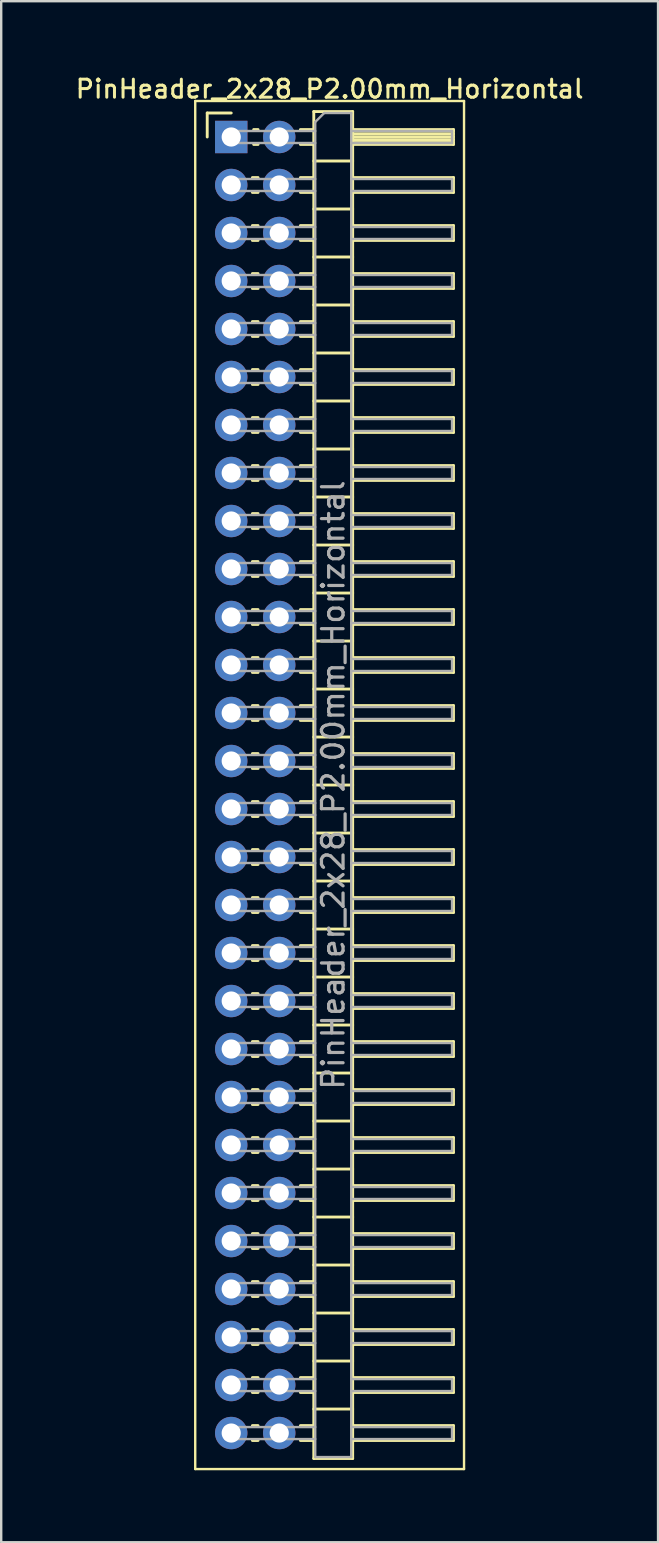
<source format=kicad_pcb>
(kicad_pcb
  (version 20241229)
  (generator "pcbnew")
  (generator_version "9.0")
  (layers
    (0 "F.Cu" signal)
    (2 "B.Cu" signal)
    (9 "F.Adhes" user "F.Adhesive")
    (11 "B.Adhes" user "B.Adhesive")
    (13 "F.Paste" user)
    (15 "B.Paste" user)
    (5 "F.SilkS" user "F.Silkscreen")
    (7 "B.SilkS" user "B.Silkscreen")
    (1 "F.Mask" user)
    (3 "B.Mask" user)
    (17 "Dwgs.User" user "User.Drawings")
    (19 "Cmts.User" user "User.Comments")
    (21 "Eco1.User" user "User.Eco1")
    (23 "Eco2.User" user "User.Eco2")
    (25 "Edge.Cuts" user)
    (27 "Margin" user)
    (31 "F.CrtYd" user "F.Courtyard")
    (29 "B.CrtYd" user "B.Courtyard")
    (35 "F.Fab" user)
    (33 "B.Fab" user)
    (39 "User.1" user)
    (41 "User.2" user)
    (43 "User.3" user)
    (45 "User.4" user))
  (footprint "PinHeader_2x28_P2.00mm_Horizontal"
    (layer "F.Cu")
    (at 6.584 2.658)
    (property "Reference" "PinHeader_2x28_P2.00mm_Horizontal" (at 4.1 -2 0) (layer "F.SilkS") (effects (font (size 0.75 0.75) (thickness 0.125))))
    (attr through_hole)
    (fp_line (start -1.5 -1.5) (end -1.5 55.5) (stroke (width 0.1) (type solid)) (layer "F.SilkS"))
    (fp_line (start -1.5 55.5) (end 9.7 55.5) (stroke (width 0.1) (type solid)) (layer "F.SilkS"))
    (fp_line (start -1 -1) (end 0 -1) (stroke (width 0.12) (type solid)) (layer "F.SilkS"))
    (fp_line (start -1 0) (end -1 -1) (stroke (width 0.12) (type solid)) (layer "F.SilkS"))
    (fp_line (start 0.882 1.69) (end 1.118 1.69) (stroke (width 0.12) (type solid)) (layer "F.SilkS"))
    (fp_line (start 0.882 2.31) (end 1.118 2.31) (stroke (width 0.12) (type solid)) (layer "F.SilkS"))
    (fp_line (start 0.882 3.69) (end 1.118 3.69) (stroke (width 0.12) (type solid)) (layer "F.SilkS"))
    (fp_line (start 0.882 4.31) (end 1.118 4.31) (stroke (width 0.12) (type solid)) (layer "F.SilkS"))
    (fp_line (start 0.882 5.69) (end 1.118 5.69) (stroke (width 0.12) (type solid)) (layer "F.SilkS"))
    (fp_line (start 0.882 6.31) (end 1.118 6.31) (stroke (width 0.12) (type solid)) (layer "F.SilkS"))
    (fp_line (start 0.882 7.69) (end 1.118 7.69) (stroke (width 0.12) (type solid)) (layer "F.SilkS"))
    (fp_line (start 0.882 8.31) (end 1.118 8.31) (stroke (width 0.12) (type solid)) (layer "F.SilkS"))
    (fp_line (start 0.882 9.69) (end 1.118 9.69) (stroke (width 0.12) (type solid)) (layer "F.SilkS"))
    (fp_line (start 0.882 10.31) (end 1.118 10.31) (stroke (width 0.12) (type solid)) (layer "F.SilkS"))
    (fp_line (start 0.882 11.69) (end 1.118 11.69) (stroke (width 0.12) (type solid)) (layer "F.SilkS"))
    (fp_line (start 0.882 12.31) (end 1.118 12.31) (stroke (width 0.12) (type solid)) (layer "F.SilkS"))
    (fp_line (start 0.882 13.69) (end 1.118 13.69) (stroke (width 0.12) (type solid)) (layer "F.SilkS"))
    (fp_line (start 0.882 14.31) (end 1.118 14.31) (stroke (width 0.12) (type solid)) (layer "F.SilkS"))
    (fp_line (start 0.882 15.69) (end 1.118 15.69) (stroke (width 0.12) (type solid)) (layer "F.SilkS"))
    (fp_line (start 0.882 16.31) (end 1.118 16.31) (stroke (width 0.12) (type solid)) (layer "F.SilkS"))
    (fp_line (start 0.882 17.69) (end 1.118 17.69) (stroke (width 0.12) (type solid)) (layer "F.SilkS"))
    (fp_line (start 0.882 18.31) (end 1.118 18.31) (stroke (width 0.12) (type solid)) (layer "F.SilkS"))
    (fp_line (start 0.882 19.69) (end 1.118 19.69) (stroke (width 0.12) (type solid)) (layer "F.SilkS"))
    (fp_line (start 0.882 20.31) (end 1.118 20.31) (stroke (width 0.12) (type solid)) (layer "F.SilkS"))
    (fp_line (start 0.882 21.69) (end 1.118 21.69) (stroke (width 0.12) (type solid)) (layer "F.SilkS"))
    (fp_line (start 0.882 22.31) (end 1.118 22.31) (stroke (width 0.12) (type solid)) (layer "F.SilkS"))
    (fp_line (start 0.882 23.69) (end 1.118 23.69) (stroke (width 0.12) (type solid)) (layer "F.SilkS"))
    (fp_line (start 0.882 24.31) (end 1.118 24.31) (stroke (width 0.12) (type solid)) (layer "F.SilkS"))
    (fp_line (start 0.882 25.69) (end 1.118 25.69) (stroke (width 0.12) (type solid)) (layer "F.SilkS"))
    (fp_line (start 0.882 26.31) (end 1.118 26.31) (stroke (width 0.12) (type solid)) (layer "F.SilkS"))
    (fp_line (start 0.882 27.69) (end 1.118 27.69) (stroke (width 0.12) (type solid)) (layer "F.SilkS"))
    (fp_line (start 0.882 28.31) (end 1.118 28.31) (stroke (width 0.12) (type solid)) (layer "F.SilkS"))
    (fp_line (start 0.882 29.69) (end 1.118 29.69) (stroke (width 0.12) (type solid)) (layer "F.SilkS"))
    (fp_line (start 0.882 30.31) (end 1.118 30.31) (stroke (width 0.12) (type solid)) (layer "F.SilkS"))
    (fp_line (start 0.882 31.69) (end 1.118 31.69) (stroke (width 0.12) (type solid)) (layer "F.SilkS"))
    (fp_line (start 0.882 32.31) (end 1.118 32.31) (stroke (width 0.12) (type solid)) (layer "F.SilkS"))
    (fp_line (start 0.882 33.69) (end 1.118 33.69) (stroke (width 0.12) (type solid)) (layer "F.SilkS"))
    (fp_line (start 0.882 34.31) (end 1.118 34.31) (stroke (width 0.12) (type solid)) (layer "F.SilkS"))
    (fp_line (start 0.882 35.69) (end 1.118 35.69) (stroke (width 0.12) (type solid)) (layer "F.SilkS"))
    (fp_line (start 0.882 36.31) (end 1.118 36.31) (stroke (width 0.12) (type solid)) (layer "F.SilkS"))
    (fp_line (start 0.882 37.69) (end 1.118 37.69) (stroke (width 0.12) (type solid)) (layer "F.SilkS"))
    (fp_line (start 0.882 38.31) (end 1.118 38.31) (stroke (width 0.12) (type solid)) (layer "F.SilkS"))
    (fp_line (start 0.882 39.69) (end 1.118 39.69) (stroke (width 0.12) (type solid)) (layer "F.SilkS"))
    (fp_line (start 0.882 40.31) (end 1.118 40.31) (stroke (width 0.12) (type solid)) (layer "F.SilkS"))
    (fp_line (start 0.882 41.69) (end 1.118 41.69) (stroke (width 0.12) (type solid)) (layer "F.SilkS"))
    (fp_line (start 0.882 42.31) (end 1.118 42.31) (stroke (width 0.12) (type solid)) (layer "F.SilkS"))
    (fp_line (start 0.882 43.69) (end 1.118 43.69) (stroke (width 0.12) (type solid)) (layer "F.SilkS"))
    (fp_line (start 0.882 44.31) (end 1.118 44.31) (stroke (width 0.12) (type solid)) (layer "F.SilkS"))
    (fp_line (start 0.882 45.69) (end 1.118 45.69) (stroke (width 0.12) (type solid)) (layer "F.SilkS"))
    (fp_line (start 0.882 46.31) (end 1.118 46.31) (stroke (width 0.12) (type solid)) (layer "F.SilkS"))
    (fp_line (start 0.882 47.69) (end 1.118 47.69) (stroke (width 0.12) (type solid)) (layer "F.SilkS"))
    (fp_line (start 0.882 48.31) (end 1.118 48.31) (stroke (width 0.12) (type solid)) (layer "F.SilkS"))
    (fp_line (start 0.882 49.69) (end 1.118 49.69) (stroke (width 0.12) (type solid)) (layer "F.SilkS"))
    (fp_line (start 0.882 50.31) (end 1.118 50.31) (stroke (width 0.12) (type solid)) (layer "F.SilkS"))
    (fp_line (start 0.882 51.69) (end 1.118 51.69) (stroke (width 0.12) (type solid)) (layer "F.SilkS"))
    (fp_line (start 0.882 52.31) (end 1.118 52.31) (stroke (width 0.12) (type solid)) (layer "F.SilkS"))
    (fp_line (start 0.882 53.69) (end 1.118 53.69) (stroke (width 0.12) (type solid)) (layer "F.SilkS"))
    (fp_line (start 0.882 54.31) (end 1.118 54.31) (stroke (width 0.12) (type solid)) (layer "F.SilkS"))
    (fp_line (start 0.935 -0.31) (end 1.118 -0.31) (stroke (width 0.12) (type solid)) (layer "F.SilkS"))
    (fp_line (start 0.935 0.31) (end 1.118 0.31) (stroke (width 0.12) (type solid)) (layer "F.SilkS"))
    (fp_line (start 2.882 -0.31) (end 3.44 -0.31) (stroke (width 0.12) (type solid)) (layer "F.SilkS"))
    (fp_line (start 2.882 0.31) (end 3.44 0.31) (stroke (width 0.12) (type solid)) (layer "F.SilkS"))
    (fp_line (start 2.882 1.69) (end 3.44 1.69) (stroke (width 0.12) (type solid)) (layer "F.SilkS"))
    (fp_line (start 2.882 2.31) (end 3.44 2.31) (stroke (width 0.12) (type solid)) (layer "F.SilkS"))
    (fp_line (start 2.882 3.69) (end 3.44 3.69) (stroke (width 0.12) (type solid)) (layer "F.SilkS"))
    (fp_line (start 2.882 4.31) (end 3.44 4.31) (stroke (width 0.12) (type solid)) (layer "F.SilkS"))
    (fp_line (start 2.882 5.69) (end 3.44 5.69) (stroke (width 0.12) (type solid)) (layer "F.SilkS"))
    (fp_line (start 2.882 6.31) (end 3.44 6.31) (stroke (width 0.12) (type solid)) (layer "F.SilkS"))
    (fp_line (start 2.882 7.69) (end 3.44 7.69) (stroke (width 0.12) (type solid)) (layer "F.SilkS"))
    (fp_line (start 2.882 8.31) (end 3.44 8.31) (stroke (width 0.12) (type solid)) (layer "F.SilkS"))
    (fp_line (start 2.882 9.69) (end 3.44 9.69) (stroke (width 0.12) (type solid)) (layer "F.SilkS"))
    (fp_line (start 2.882 10.31) (end 3.44 10.31) (stroke (width 0.12) (type solid)) (layer "F.SilkS"))
    (fp_line (start 2.882 11.69) (end 3.44 11.69) (stroke (width 0.12) (type solid)) (layer "F.SilkS"))
    (fp_line (start 2.882 12.31) (end 3.44 12.31) (stroke (width 0.12) (type solid)) (layer "F.SilkS"))
    (fp_line (start 2.882 13.69) (end 3.44 13.69) (stroke (width 0.12) (type solid)) (layer "F.SilkS"))
    (fp_line (start 2.882 14.31) (end 3.44 14.31) (stroke (width 0.12) (type solid)) (layer "F.SilkS"))
    (fp_line (start 2.882 15.69) (end 3.44 15.69) (stroke (width 0.12) (type solid)) (layer "F.SilkS"))
    (fp_line (start 2.882 16.31) (end 3.44 16.31) (stroke (width 0.12) (type solid)) (layer "F.SilkS"))
    (fp_line (start 2.882 17.69) (end 3.44 17.69) (stroke (width 0.12) (type solid)) (layer "F.SilkS"))
    (fp_line (start 2.882 18.31) (end 3.44 18.31) (stroke (width 0.12) (type solid)) (layer "F.SilkS"))
    (fp_line (start 2.882 19.69) (end 3.44 19.69) (stroke (width 0.12) (type solid)) (layer "F.SilkS"))
    (fp_line (start 2.882 20.31) (end 3.44 20.31) (stroke (width 0.12) (type solid)) (layer "F.SilkS"))
    (fp_line (start 2.882 21.69) (end 3.44 21.69) (stroke (width 0.12) (type solid)) (layer "F.SilkS"))
    (fp_line (start 2.882 22.31) (end 3.44 22.31) (stroke (width 0.12) (type solid)) (layer "F.SilkS"))
    (fp_line (start 2.882 23.69) (end 3.44 23.69) (stroke (width 0.12) (type solid)) (layer "F.SilkS"))
    (fp_line (start 2.882 24.31) (end 3.44 24.31) (stroke (width 0.12) (type solid)) (layer "F.SilkS"))
    (fp_line (start 2.882 25.69) (end 3.44 25.69) (stroke (width 0.12) (type solid)) (layer "F.SilkS"))
    (fp_line (start 2.882 26.31) (end 3.44 26.31) (stroke (width 0.12) (type solid)) (layer "F.SilkS"))
    (fp_line (start 2.882 27.69) (end 3.44 27.69) (stroke (width 0.12) (type solid)) (layer "F.SilkS"))
    (fp_line (start 2.882 28.31) (end 3.44 28.31) (stroke (width 0.12) (type solid)) (layer "F.SilkS"))
    (fp_line (start 2.882 29.69) (end 3.44 29.69) (stroke (width 0.12) (type solid)) (layer "F.SilkS"))
    (fp_line (start 2.882 30.31) (end 3.44 30.31) (stroke (width 0.12) (type solid)) (layer "F.SilkS"))
    (fp_line (start 2.882 31.69) (end 3.44 31.69) (stroke (width 0.12) (type solid)) (layer "F.SilkS"))
    (fp_line (start 2.882 32.31) (end 3.44 32.31) (stroke (width 0.12) (type solid)) (layer "F.SilkS"))
    (fp_line (start 2.882 33.69) (end 3.44 33.69) (stroke (width 0.12) (type solid)) (layer "F.SilkS"))
    (fp_line (start 2.882 34.31) (end 3.44 34.31) (stroke (width 0.12) (type solid)) (layer "F.SilkS"))
    (fp_line (start 2.882 35.69) (end 3.44 35.69) (stroke (width 0.12) (type solid)) (layer "F.SilkS"))
    (fp_line (start 2.882 36.31) (end 3.44 36.31) (stroke (width 0.12) (type solid)) (layer "F.SilkS"))
    (fp_line (start 2.882 37.69) (end 3.44 37.69) (stroke (width 0.12) (type solid)) (layer "F.SilkS"))
    (fp_line (start 2.882 38.31) (end 3.44 38.31) (stroke (width 0.12) (type solid)) (layer "F.SilkS"))
    (fp_line (start 2.882 39.69) (end 3.44 39.69) (stroke (width 0.12) (type solid)) (layer "F.SilkS"))
    (fp_line (start 2.882 40.31) (end 3.44 40.31) (stroke (width 0.12) (type solid)) (layer "F.SilkS"))
    (fp_line (start 2.882 41.69) (end 3.44 41.69) (stroke (width 0.12) (type solid)) (layer "F.SilkS"))
    (fp_line (start 2.882 42.31) (end 3.44 42.31) (stroke (width 0.12) (type solid)) (layer "F.SilkS"))
    (fp_line (start 2.882 43.69) (end 3.44 43.69) (stroke (width 0.12) (type solid)) (layer "F.SilkS"))
    (fp_line (start 2.882 44.31) (end 3.44 44.31) (stroke (width 0.12) (type solid)) (layer "F.SilkS"))
    (fp_line (start 2.882 45.69) (end 3.44 45.69) (stroke (width 0.12) (type solid)) (layer "F.SilkS"))
    (fp_line (start 2.882 46.31) (end 3.44 46.31) (stroke (width 0.12) (type solid)) (layer "F.SilkS"))
    (fp_line (start 2.882 47.69) (end 3.44 47.69) (stroke (width 0.12) (type solid)) (layer "F.SilkS"))
    (fp_line (start 2.882 48.31) (end 3.44 48.31) (stroke (width 0.12) (type solid)) (layer "F.SilkS"))
    (fp_line (start 2.882 49.69) (end 3.44 49.69) (stroke (width 0.12) (type solid)) (layer "F.SilkS"))
    (fp_line (start 2.882 50.31) (end 3.44 50.31) (stroke (width 0.12) (type solid)) (layer "F.SilkS"))
    (fp_line (start 2.882 51.69) (end 3.44 51.69) (stroke (width 0.12) (type solid)) (layer "F.SilkS"))
    (fp_line (start 2.882 52.31) (end 3.44 52.31) (stroke (width 0.12) (type solid)) (layer "F.SilkS"))
    (fp_line (start 2.882 53.69) (end 3.44 53.69) (stroke (width 0.12) (type solid)) (layer "F.SilkS"))
    (fp_line (start 2.882 54.31) (end 3.44 54.31) (stroke (width 0.12) (type solid)) (layer "F.SilkS"))
    (fp_line (start 3.44 -1.06) (end 3.44 55.06) (stroke (width 0.12) (type solid)) (layer "F.SilkS"))
    (fp_line (start 3.44 1) (end 5.06 1) (stroke (width 0.12) (type solid)) (layer "F.SilkS"))
    (fp_line (start 3.44 3) (end 5.06 3) (stroke (width 0.12) (type solid)) (layer "F.SilkS"))
    (fp_line (start 3.44 5) (end 5.06 5) (stroke (width 0.12) (type solid)) (layer "F.SilkS"))
    (fp_line (start 3.44 7) (end 5.06 7) (stroke (width 0.12) (type solid)) (layer "F.SilkS"))
    (fp_line (start 3.44 9) (end 5.06 9) (stroke (width 0.12) (type solid)) (layer "F.SilkS"))
    (fp_line (start 3.44 11) (end 5.06 11) (stroke (width 0.12) (type solid)) (layer "F.SilkS"))
    (fp_line (start 3.44 13) (end 5.06 13) (stroke (width 0.12) (type solid)) (layer "F.SilkS"))
    (fp_line (start 3.44 15) (end 5.06 15) (stroke (width 0.12) (type solid)) (layer "F.SilkS"))
    (fp_line (start 3.44 17) (end 5.06 17) (stroke (width 0.12) (type solid)) (layer "F.SilkS"))
    (fp_line (start 3.44 19) (end 5.06 19) (stroke (width 0.12) (type solid)) (layer "F.SilkS"))
    (fp_line (start 3.44 21) (end 5.06 21) (stroke (width 0.12) (type solid)) (layer "F.SilkS"))
    (fp_line (start 3.44 23) (end 5.06 23) (stroke (width 0.12) (type solid)) (layer "F.SilkS"))
    (fp_line (start 3.44 25) (end 5.06 25) (stroke (width 0.12) (type solid)) (layer "F.SilkS"))
    (fp_line (start 3.44 27) (end 5.06 27) (stroke (width 0.12) (type solid)) (layer "F.SilkS"))
    (fp_line (start 3.44 29) (end 5.06 29) (stroke (width 0.12) (type solid)) (layer "F.SilkS"))
    (fp_line (start 3.44 31) (end 5.06 31) (stroke (width 0.12) (type solid)) (layer "F.SilkS"))
    (fp_line (start 3.44 33) (end 5.06 33) (stroke (width 0.12) (type solid)) (layer "F.SilkS"))
    (fp_line (start 3.44 35) (end 5.06 35) (stroke (width 0.12) (type solid)) (layer "F.SilkS"))
    (fp_line (start 3.44 37) (end 5.06 37) (stroke (width 0.12) (type solid)) (layer "F.SilkS"))
    (fp_line (start 3.44 39) (end 5.06 39) (stroke (width 0.12) (type solid)) (layer "F.SilkS"))
    (fp_line (start 3.44 41) (end 5.06 41) (stroke (width 0.12) (type solid)) (layer "F.SilkS"))
    (fp_line (start 3.44 43) (end 5.06 43) (stroke (width 0.12) (type solid)) (layer "F.SilkS"))
    (fp_line (start 3.44 45) (end 5.06 45) (stroke (width 0.12) (type solid)) (layer "F.SilkS"))
    (fp_line (start 3.44 47) (end 5.06 47) (stroke (width 0.12) (type solid)) (layer "F.SilkS"))
    (fp_line (start 3.44 49) (end 5.06 49) (stroke (width 0.12) (type solid)) (layer "F.SilkS"))
    (fp_line (start 3.44 51) (end 5.06 51) (stroke (width 0.12) (type solid)) (layer "F.SilkS"))
    (fp_line (start 3.44 53) (end 5.06 53) (stroke (width 0.12) (type solid)) (layer "F.SilkS"))
    (fp_line (start 3.44 55.06) (end 5.06 55.06) (stroke (width 0.12) (type solid)) (layer "F.SilkS"))
    (fp_line (start 5.06 -1.06) (end 3.44 -1.06) (stroke (width 0.12) (type solid)) (layer "F.SilkS"))
    (fp_line (start 5.06 -0.31) (end 9.26 -0.31) (stroke (width 0.12) (type solid)) (layer "F.SilkS"))
    (fp_line (start 5.06 -0.25) (end 9.26 -0.25) (stroke (width 0.12) (type solid)) (layer "F.SilkS"))
    (fp_line (start 5.06 -0.13) (end 9.26 -0.13) (stroke (width 0.12) (type solid)) (layer "F.SilkS"))
    (fp_line (start 5.06 -0.01) (end 9.26 -0.01) (stroke (width 0.12) (type solid)) (layer "F.SilkS"))
    (fp_line (start 5.06 0.11) (end 9.26 0.11) (stroke (width 0.12) (type solid)) (layer "F.SilkS"))
    (fp_line (start 5.06 0.23) (end 9.26 0.23) (stroke (width 0.12) (type solid)) (layer "F.SilkS"))
    (fp_line (start 5.06 1.69) (end 9.26 1.69) (stroke (width 0.12) (type solid)) (layer "F.SilkS"))
    (fp_line (start 5.06 3.69) (end 9.26 3.69) (stroke (width 0.12) (type solid)) (layer "F.SilkS"))
    (fp_line (start 5.06 5.69) (end 9.26 5.69) (stroke (width 0.12) (type solid)) (layer "F.SilkS"))
    (fp_line (start 5.06 7.69) (end 9.26 7.69) (stroke (width 0.12) (type solid)) (layer "F.SilkS"))
    (fp_line (start 5.06 9.69) (end 9.26 9.69) (stroke (width 0.12) (type solid)) (layer "F.SilkS"))
    (fp_line (start 5.06 11.69) (end 9.26 11.69) (stroke (width 0.12) (type solid)) (layer "F.SilkS"))
    (fp_line (start 5.06 13.69) (end 9.26 13.69) (stroke (width 0.12) (type solid)) (layer "F.SilkS"))
    (fp_line (start 5.06 15.69) (end 9.26 15.69) (stroke (width 0.12) (type solid)) (layer "F.SilkS"))
    (fp_line (start 5.06 17.69) (end 9.26 17.69) (stroke (width 0.12) (type solid)) (layer "F.SilkS"))
    (fp_line (start 5.06 19.69) (end 9.26 19.69) (stroke (width 0.12) (type solid)) (layer "F.SilkS"))
    (fp_line (start 5.06 21.69) (end 9.26 21.69) (stroke (width 0.12) (type solid)) (layer "F.SilkS"))
    (fp_line (start 5.06 23.69) (end 9.26 23.69) (stroke (width 0.12) (type solid)) (layer "F.SilkS"))
    (fp_line (start 5.06 25.69) (end 9.26 25.69) (stroke (width 0.12) (type solid)) (layer "F.SilkS"))
    (fp_line (start 5.06 27.69) (end 9.26 27.69) (stroke (width 0.12) (type solid)) (layer "F.SilkS"))
    (fp_line (start 5.06 29.69) (end 9.26 29.69) (stroke (width 0.12) (type solid)) (layer "F.SilkS"))
    (fp_line (start 5.06 31.69) (end 9.26 31.69) (stroke (width 0.12) (type solid)) (layer "F.SilkS"))
    (fp_line (start 5.06 33.69) (end 9.26 33.69) (stroke (width 0.12) (type solid)) (layer "F.SilkS"))
    (fp_line (start 5.06 35.69) (end 9.26 35.69) (stroke (width 0.12) (type solid)) (layer "F.SilkS"))
    (fp_line (start 5.06 37.69) (end 9.26 37.69) (stroke (width 0.12) (type solid)) (layer "F.SilkS"))
    (fp_line (start 5.06 39.69) (end 9.26 39.69) (stroke (width 0.12) (type solid)) (layer "F.SilkS"))
    (fp_line (start 5.06 41.69) (end 9.26 41.69) (stroke (width 0.12) (type solid)) (layer "F.SilkS"))
    (fp_line (start 5.06 43.69) (end 9.26 43.69) (stroke (width 0.12) (type solid)) (layer "F.SilkS"))
    (fp_line (start 5.06 45.69) (end 9.26 45.69) (stroke (width 0.12) (type solid)) (layer "F.SilkS"))
    (fp_line (start 5.06 47.69) (end 9.26 47.69) (stroke (width 0.12) (type solid)) (layer "F.SilkS"))
    (fp_line (start 5.06 49.69) (end 9.26 49.69) (stroke (width 0.12) (type solid)) (layer "F.SilkS"))
    (fp_line (start 5.06 51.69) (end 9.26 51.69) (stroke (width 0.12) (type solid)) (layer "F.SilkS"))
    (fp_line (start 5.06 53.69) (end 9.26 53.69) (stroke (width 0.12) (type solid)) (layer "F.SilkS"))
    (fp_line (start 5.06 55.06) (end 5.06 -1.06) (stroke (width 0.12) (type solid)) (layer "F.SilkS"))
    (fp_line (start 9.26 -0.31) (end 9.26 0.31) (stroke (width 0.12) (type solid)) (layer "F.SilkS"))
    (fp_line (start 9.26 0.31) (end 5.06 0.31) (stroke (width 0.12) (type solid)) (layer "F.SilkS"))
    (fp_line (start 9.26 1.69) (end 9.26 2.31) (stroke (width 0.12) (type solid)) (layer "F.SilkS"))
    (fp_line (start 9.26 2.31) (end 5.06 2.31) (stroke (width 0.12) (type solid)) (layer "F.SilkS"))
    (fp_line (start 9.26 3.69) (end 9.26 4.31) (stroke (width 0.12) (type solid)) (layer "F.SilkS"))
    (fp_line (start 9.26 4.31) (end 5.06 4.31) (stroke (width 0.12) (type solid)) (layer "F.SilkS"))
    (fp_line (start 9.26 5.69) (end 9.26 6.31) (stroke (width 0.12) (type solid)) (layer "F.SilkS"))
    (fp_line (start 9.26 6.31) (end 5.06 6.31) (stroke (width 0.12) (type solid)) (layer "F.SilkS"))
    (fp_line (start 9.26 7.69) (end 9.26 8.31) (stroke (width 0.12) (type solid)) (layer "F.SilkS"))
    (fp_line (start 9.26 8.31) (end 5.06 8.31) (stroke (width 0.12) (type solid)) (layer "F.SilkS"))
    (fp_line (start 9.26 9.69) (end 9.26 10.31) (stroke (width 0.12) (type solid)) (layer "F.SilkS"))
    (fp_line (start 9.26 10.31) (end 5.06 10.31) (stroke (width 0.12) (type solid)) (layer "F.SilkS"))
    (fp_line (start 9.26 11.69) (end 9.26 12.31) (stroke (width 0.12) (type solid)) (layer "F.SilkS"))
    (fp_line (start 9.26 12.31) (end 5.06 12.31) (stroke (width 0.12) (type solid)) (layer "F.SilkS"))
    (fp_line (start 9.26 13.69) (end 9.26 14.31) (stroke (width 0.12) (type solid)) (layer "F.SilkS"))
    (fp_line (start 9.26 14.31) (end 5.06 14.31) (stroke (width 0.12) (type solid)) (layer "F.SilkS"))
    (fp_line (start 9.26 15.69) (end 9.26 16.31) (stroke (width 0.12) (type solid)) (layer "F.SilkS"))
    (fp_line (start 9.26 16.31) (end 5.06 16.31) (stroke (width 0.12) (type solid)) (layer "F.SilkS"))
    (fp_line (start 9.26 17.69) (end 9.26 18.31) (stroke (width 0.12) (type solid)) (layer "F.SilkS"))
    (fp_line (start 9.26 18.31) (end 5.06 18.31) (stroke (width 0.12) (type solid)) (layer "F.SilkS"))
    (fp_line (start 9.26 19.69) (end 9.26 20.31) (stroke (width 0.12) (type solid)) (layer "F.SilkS"))
    (fp_line (start 9.26 20.31) (end 5.06 20.31) (stroke (width 0.12) (type solid)) (layer "F.SilkS"))
    (fp_line (start 9.26 21.69) (end 9.26 22.31) (stroke (width 0.12) (type solid)) (layer "F.SilkS"))
    (fp_line (start 9.26 22.31) (end 5.06 22.31) (stroke (width 0.12) (type solid)) (layer "F.SilkS"))
    (fp_line (start 9.26 23.69) (end 9.26 24.31) (stroke (width 0.12) (type solid)) (layer "F.SilkS"))
    (fp_line (start 9.26 24.31) (end 5.06 24.31) (stroke (width 0.12) (type solid)) (layer "F.SilkS"))
    (fp_line (start 9.26 25.69) (end 9.26 26.31) (stroke (width 0.12) (type solid)) (layer "F.SilkS"))
    (fp_line (start 9.26 26.31) (end 5.06 26.31) (stroke (width 0.12) (type solid)) (layer "F.SilkS"))
    (fp_line (start 9.26 27.69) (end 9.26 28.31) (stroke (width 0.12) (type solid)) (layer "F.SilkS"))
    (fp_line (start 9.26 28.31) (end 5.06 28.31) (stroke (width 0.12) (type solid)) (layer "F.SilkS"))
    (fp_line (start 9.26 29.69) (end 9.26 30.31) (stroke (width 0.12) (type solid)) (layer "F.SilkS"))
    (fp_line (start 9.26 30.31) (end 5.06 30.31) (stroke (width 0.12) (type solid)) (layer "F.SilkS"))
    (fp_line (start 9.26 31.69) (end 9.26 32.31) (stroke (width 0.12) (type solid)) (layer "F.SilkS"))
    (fp_line (start 9.26 32.31) (end 5.06 32.31) (stroke (width 0.12) (type solid)) (layer "F.SilkS"))
    (fp_line (start 9.26 33.69) (end 9.26 34.31) (stroke (width 0.12) (type solid)) (layer "F.SilkS"))
    (fp_line (start 9.26 34.31) (end 5.06 34.31) (stroke (width 0.12) (type solid)) (layer "F.SilkS"))
    (fp_line (start 9.26 35.69) (end 9.26 36.31) (stroke (width 0.12) (type solid)) (layer "F.SilkS"))
    (fp_line (start 9.26 36.31) (end 5.06 36.31) (stroke (width 0.12) (type solid)) (layer "F.SilkS"))
    (fp_line (start 9.26 37.69) (end 9.26 38.31) (stroke (width 0.12) (type solid)) (layer "F.SilkS"))
    (fp_line (start 9.26 38.31) (end 5.06 38.31) (stroke (width 0.12) (type solid)) (layer "F.SilkS"))
    (fp_line (start 9.26 39.69) (end 9.26 40.31) (stroke (width 0.12) (type solid)) (layer "F.SilkS"))
    (fp_line (start 9.26 40.31) (end 5.06 40.31) (stroke (width 0.12) (type solid)) (layer "F.SilkS"))
    (fp_line (start 9.26 41.69) (end 9.26 42.31) (stroke (width 0.12) (type solid)) (layer "F.SilkS"))
    (fp_line (start 9.26 42.31) (end 5.06 42.31) (stroke (width 0.12) (type solid)) (layer "F.SilkS"))
    (fp_line (start 9.26 43.69) (end 9.26 44.31) (stroke (width 0.12) (type solid)) (layer "F.SilkS"))
    (fp_line (start 9.26 44.31) (end 5.06 44.31) (stroke (width 0.12) (type solid)) (layer "F.SilkS"))
    (fp_line (start 9.26 45.69) (end 9.26 46.31) (stroke (width 0.12) (type solid)) (layer "F.SilkS"))
    (fp_line (start 9.26 46.31) (end 5.06 46.31) (stroke (width 0.12) (type solid)) (layer "F.SilkS"))
    (fp_line (start 9.26 47.69) (end 9.26 48.31) (stroke (width 0.12) (type solid)) (layer "F.SilkS"))
    (fp_line (start 9.26 48.31) (end 5.06 48.31) (stroke (width 0.12) (type solid)) (layer "F.SilkS"))
    (fp_line (start 9.26 49.69) (end 9.26 50.31) (stroke (width 0.12) (type solid)) (layer "F.SilkS"))
    (fp_line (start 9.26 50.31) (end 5.06 50.31) (stroke (width 0.12) (type solid)) (layer "F.SilkS"))
    (fp_line (start 9.26 51.69) (end 9.26 52.31) (stroke (width 0.12) (type solid)) (layer "F.SilkS"))
    (fp_line (start 9.26 52.31) (end 5.06 52.31) (stroke (width 0.12) (type solid)) (layer "F.SilkS"))
    (fp_line (start 9.26 53.69) (end 9.26 54.31) (stroke (width 0.12) (type solid)) (layer "F.SilkS"))
    (fp_line (start 9.26 54.31) (end 5.06 54.31) (stroke (width 0.12) (type solid)) (layer "F.SilkS"))
    (fp_line (start 9.7 -1.5) (end -1.5 -1.5) (stroke (width 0.1) (type solid)) (layer "F.SilkS"))
    (fp_line (start 9.7 55.5) (end 9.7 -1.5) (stroke (width 0.1) (type solid)) (layer "F.SilkS"))
    (fp_line (start -0.25 -0.25) (end -0.25 0.25) (stroke (width 0.1) (type solid)) (layer "F.Fab"))
    (fp_line (start -0.25 -0.25) (end 3.5 -0.25) (stroke (width 0.1) (type solid)) (layer "F.Fab"))
    (fp_line (start -0.25 0.25) (end 3.5 0.25) (stroke (width 0.1) (type solid)) (layer "F.Fab"))
    (fp_line (start -0.25 1.75) (end -0.25 2.25) (stroke (width 0.1) (type solid)) (layer "F.Fab"))
    (fp_line (start -0.25 1.75) (end 3.5 1.75) (stroke (width 0.1) (type solid)) (layer "F.Fab"))
    (fp_line (start -0.25 2.25) (end 3.5 2.25) (stroke (width 0.1) (type solid)) (layer "F.Fab"))
    (fp_line (start -0.25 3.75) (end -0.25 4.25) (stroke (width 0.1) (type solid)) (layer "F.Fab"))
    (fp_line (start -0.25 3.75) (end 3.5 3.75) (stroke (width 0.1) (type solid)) (layer "F.Fab"))
    (fp_line (start -0.25 4.25) (end 3.5 4.25) (stroke (width 0.1) (type solid)) (layer "F.Fab"))
    (fp_line (start -0.25 5.75) (end -0.25 6.25) (stroke (width 0.1) (type solid)) (layer "F.Fab"))
    (fp_line (start -0.25 5.75) (end 3.5 5.75) (stroke (width 0.1) (type solid)) (layer "F.Fab"))
    (fp_line (start -0.25 6.25) (end 3.5 6.25) (stroke (width 0.1) (type solid)) (layer "F.Fab"))
    (fp_line (start -0.25 7.75) (end -0.25 8.25) (stroke (width 0.1) (type solid)) (layer "F.Fab"))
    (fp_line (start -0.25 7.75) (end 3.5 7.75) (stroke (width 0.1) (type solid)) (layer "F.Fab"))
    (fp_line (start -0.25 8.25) (end 3.5 8.25) (stroke (width 0.1) (type solid)) (layer "F.Fab"))
    (fp_line (start -0.25 9.75) (end -0.25 10.25) (stroke (width 0.1) (type solid)) (layer "F.Fab"))
    (fp_line (start -0.25 9.75) (end 3.5 9.75) (stroke (width 0.1) (type solid)) (layer "F.Fab"))
    (fp_line (start -0.25 10.25) (end 3.5 10.25) (stroke (width 0.1) (type solid)) (layer "F.Fab"))
    (fp_line (start -0.25 11.75) (end -0.25 12.25) (stroke (width 0.1) (type solid)) (layer "F.Fab"))
    (fp_line (start -0.25 11.75) (end 3.5 11.75) (stroke (width 0.1) (type solid)) (layer "F.Fab"))
    (fp_line (start -0.25 12.25) (end 3.5 12.25) (stroke (width 0.1) (type solid)) (layer "F.Fab"))
    (fp_line (start -0.25 13.75) (end -0.25 14.25) (stroke (width 0.1) (type solid)) (layer "F.Fab"))
    (fp_line (start -0.25 13.75) (end 3.5 13.75) (stroke (width 0.1) (type solid)) (layer "F.Fab"))
    (fp_line (start -0.25 14.25) (end 3.5 14.25) (stroke (width 0.1) (type solid)) (layer "F.Fab"))
    (fp_line (start -0.25 15.75) (end -0.25 16.25) (stroke (width 0.1) (type solid)) (layer "F.Fab"))
    (fp_line (start -0.25 15.75) (end 3.5 15.75) (stroke (width 0.1) (type solid)) (layer "F.Fab"))
    (fp_line (start -0.25 16.25) (end 3.5 16.25) (stroke (width 0.1) (type solid)) (layer "F.Fab"))
    (fp_line (start -0.25 17.75) (end -0.25 18.25) (stroke (width 0.1) (type solid)) (layer "F.Fab"))
    (fp_line (start -0.25 17.75) (end 3.5 17.75) (stroke (width 0.1) (type solid)) (layer "F.Fab"))
    (fp_line (start -0.25 18.25) (end 3.5 18.25) (stroke (width 0.1) (type solid)) (layer "F.Fab"))
    (fp_line (start -0.25 19.75) (end -0.25 20.25) (stroke (width 0.1) (type solid)) (layer "F.Fab"))
    (fp_line (start -0.25 19.75) (end 3.5 19.75) (stroke (width 0.1) (type solid)) (layer "F.Fab"))
    (fp_line (start -0.25 20.25) (end 3.5 20.25) (stroke (width 0.1) (type solid)) (layer "F.Fab"))
    (fp_line (start -0.25 21.75) (end -0.25 22.25) (stroke (width 0.1) (type solid)) (layer "F.Fab"))
    (fp_line (start -0.25 21.75) (end 3.5 21.75) (stroke (width 0.1) (type solid)) (layer "F.Fab"))
    (fp_line (start -0.25 22.25) (end 3.5 22.25) (stroke (width 0.1) (type solid)) (layer "F.Fab"))
    (fp_line (start -0.25 23.75) (end -0.25 24.25) (stroke (width 0.1) (type solid)) (layer "F.Fab"))
    (fp_line (start -0.25 23.75) (end 3.5 23.75) (stroke (width 0.1) (type solid)) (layer "F.Fab"))
    (fp_line (start -0.25 24.25) (end 3.5 24.25) (stroke (width 0.1) (type solid)) (layer "F.Fab"))
    (fp_line (start -0.25 25.75) (end -0.25 26.25) (stroke (width 0.1) (type solid)) (layer "F.Fab"))
    (fp_line (start -0.25 25.75) (end 3.5 25.75) (stroke (width 0.1) (type solid)) (layer "F.Fab"))
    (fp_line (start -0.25 26.25) (end 3.5 26.25) (stroke (width 0.1) (type solid)) (layer "F.Fab"))
    (fp_line (start -0.25 27.75) (end -0.25 28.25) (stroke (width 0.1) (type solid)) (layer "F.Fab"))
    (fp_line (start -0.25 27.75) (end 3.5 27.75) (stroke (width 0.1) (type solid)) (layer "F.Fab"))
    (fp_line (start -0.25 28.25) (end 3.5 28.25) (stroke (width 0.1) (type solid)) (layer "F.Fab"))
    (fp_line (start -0.25 29.75) (end -0.25 30.25) (stroke (width 0.1) (type solid)) (layer "F.Fab"))
    (fp_line (start -0.25 29.75) (end 3.5 29.75) (stroke (width 0.1) (type solid)) (layer "F.Fab"))
    (fp_line (start -0.25 30.25) (end 3.5 30.25) (stroke (width 0.1) (type solid)) (layer "F.Fab"))
    (fp_line (start -0.25 31.75) (end -0.25 32.25) (stroke (width 0.1) (type solid)) (layer "F.Fab"))
    (fp_line (start -0.25 31.75) (end 3.5 31.75) (stroke (width 0.1) (type solid)) (layer "F.Fab"))
    (fp_line (start -0.25 32.25) (end 3.5 32.25) (stroke (width 0.1) (type solid)) (layer "F.Fab"))
    (fp_line (start -0.25 33.75) (end -0.25 34.25) (stroke (width 0.1) (type solid)) (layer "F.Fab"))
    (fp_line (start -0.25 33.75) (end 3.5 33.75) (stroke (width 0.1) (type solid)) (layer "F.Fab"))
    (fp_line (start -0.25 34.25) (end 3.5 34.25) (stroke (width 0.1) (type solid)) (layer "F.Fab"))
    (fp_line (start -0.25 35.75) (end -0.25 36.25) (stroke (width 0.1) (type solid)) (layer "F.Fab"))
    (fp_line (start -0.25 35.75) (end 3.5 35.75) (stroke (width 0.1) (type solid)) (layer "F.Fab"))
    (fp_line (start -0.25 36.25) (end 3.5 36.25) (stroke (width 0.1) (type solid)) (layer "F.Fab"))
    (fp_line (start -0.25 37.75) (end -0.25 38.25) (stroke (width 0.1) (type solid)) (layer "F.Fab"))
    (fp_line (start -0.25 37.75) (end 3.5 37.75) (stroke (width 0.1) (type solid)) (layer "F.Fab"))
    (fp_line (start -0.25 38.25) (end 3.5 38.25) (stroke (width 0.1) (type solid)) (layer "F.Fab"))
    (fp_line (start -0.25 39.75) (end -0.25 40.25) (stroke (width 0.1) (type solid)) (layer "F.Fab"))
    (fp_line (start -0.25 39.75) (end 3.5 39.75) (stroke (width 0.1) (type solid)) (layer "F.Fab"))
    (fp_line (start -0.25 40.25) (end 3.5 40.25) (stroke (width 0.1) (type solid)) (layer "F.Fab"))
    (fp_line (start -0.25 41.75) (end -0.25 42.25) (stroke (width 0.1) (type solid)) (layer "F.Fab"))
    (fp_line (start -0.25 41.75) (end 3.5 41.75) (stroke (width 0.1) (type solid)) (layer "F.Fab"))
    (fp_line (start -0.25 42.25) (end 3.5 42.25) (stroke (width 0.1) (type solid)) (layer "F.Fab"))
    (fp_line (start -0.25 43.75) (end -0.25 44.25) (stroke (width 0.1) (type solid)) (layer "F.Fab"))
    (fp_line (start -0.25 43.75) (end 3.5 43.75) (stroke (width 0.1) (type solid)) (layer "F.Fab"))
    (fp_line (start -0.25 44.25) (end 3.5 44.25) (stroke (width 0.1) (type solid)) (layer "F.Fab"))
    (fp_line (start -0.25 45.75) (end -0.25 46.25) (stroke (width 0.1) (type solid)) (layer "F.Fab"))
    (fp_line (start -0.25 45.75) (end 3.5 45.75) (stroke (width 0.1) (type solid)) (layer "F.Fab"))
    (fp_line (start -0.25 46.25) (end 3.5 46.25) (stroke (width 0.1) (type solid)) (layer "F.Fab"))
    (fp_line (start -0.25 47.75) (end -0.25 48.25) (stroke (width 0.1) (type solid)) (layer "F.Fab"))
    (fp_line (start -0.25 47.75) (end 3.5 47.75) (stroke (width 0.1) (type solid)) (layer "F.Fab"))
    (fp_line (start -0.25 48.25) (end 3.5 48.25) (stroke (width 0.1) (type solid)) (layer "F.Fab"))
    (fp_line (start -0.25 49.75) (end -0.25 50.25) (stroke (width 0.1) (type solid)) (layer "F.Fab"))
    (fp_line (start -0.25 49.75) (end 3.5 49.75) (stroke (width 0.1) (type solid)) (layer "F.Fab"))
    (fp_line (start -0.25 50.25) (end 3.5 50.25) (stroke (width 0.1) (type solid)) (layer "F.Fab"))
    (fp_line (start -0.25 51.75) (end -0.25 52.25) (stroke (width 0.1) (type solid)) (layer "F.Fab"))
    (fp_line (start -0.25 51.75) (end 3.5 51.75) (stroke (width 0.1) (type solid)) (layer "F.Fab"))
    (fp_line (start -0.25 52.25) (end 3.5 52.25) (stroke (width 0.1) (type solid)) (layer "F.Fab"))
    (fp_line (start -0.25 53.75) (end -0.25 54.25) (stroke (width 0.1) (type solid)) (layer "F.Fab"))
    (fp_line (start -0.25 53.75) (end 3.5 53.75) (stroke (width 0.1) (type solid)) (layer "F.Fab"))
    (fp_line (start -0.25 54.25) (end 3.5 54.25) (stroke (width 0.1) (type solid)) (layer "F.Fab"))
    (fp_line (start 3.5 -0.625) (end 3.875 -1) (stroke (width 0.1) (type solid)) (layer "F.Fab"))
    (fp_line (start 3.5 55) (end 3.5 -0.625) (stroke (width 0.1) (type solid)) (layer "F.Fab"))
    (fp_line (start 3.875 -1) (end 5 -1) (stroke (width 0.1) (type solid)) (layer "F.Fab"))
    (fp_line (start 5 -1) (end 5 55) (stroke (width 0.1) (type solid)) (layer "F.Fab"))
    (fp_line (start 5 -0.25) (end 9.2 -0.25) (stroke (width 0.1) (type solid)) (layer "F.Fab"))
    (fp_line (start 5 0.25) (end 9.2 0.25) (stroke (width 0.1) (type solid)) (layer "F.Fab"))
    (fp_line (start 5 1.75) (end 9.2 1.75) (stroke (width 0.1) (type solid)) (layer "F.Fab"))
    (fp_line (start 5 2.25) (end 9.2 2.25) (stroke (width 0.1) (type solid)) (layer "F.Fab"))
    (fp_line (start 5 3.75) (end 9.2 3.75) (stroke (width 0.1) (type solid)) (layer "F.Fab"))
    (fp_line (start 5 4.25) (end 9.2 4.25) (stroke (width 0.1) (type solid)) (layer "F.Fab"))
    (fp_line (start 5 5.75) (end 9.2 5.75) (stroke (width 0.1) (type solid)) (layer "F.Fab"))
    (fp_line (start 5 6.25) (end 9.2 6.25) (stroke (width 0.1) (type solid)) (layer "F.Fab"))
    (fp_line (start 5 7.75) (end 9.2 7.75) (stroke (width 0.1) (type solid)) (layer "F.Fab"))
    (fp_line (start 5 8.25) (end 9.2 8.25) (stroke (width 0.1) (type solid)) (layer "F.Fab"))
    (fp_line (start 5 9.75) (end 9.2 9.75) (stroke (width 0.1) (type solid)) (layer "F.Fab"))
    (fp_line (start 5 10.25) (end 9.2 10.25) (stroke (width 0.1) (type solid)) (layer "F.Fab"))
    (fp_line (start 5 11.75) (end 9.2 11.75) (stroke (width 0.1) (type solid)) (layer "F.Fab"))
    (fp_line (start 5 12.25) (end 9.2 12.25) (stroke (width 0.1) (type solid)) (layer "F.Fab"))
    (fp_line (start 5 13.75) (end 9.2 13.75) (stroke (width 0.1) (type solid)) (layer "F.Fab"))
    (fp_line (start 5 14.25) (end 9.2 14.25) (stroke (width 0.1) (type solid)) (layer "F.Fab"))
    (fp_line (start 5 15.75) (end 9.2 15.75) (stroke (width 0.1) (type solid)) (layer "F.Fab"))
    (fp_line (start 5 16.25) (end 9.2 16.25) (stroke (width 0.1) (type solid)) (layer "F.Fab"))
    (fp_line (start 5 17.75) (end 9.2 17.75) (stroke (width 0.1) (type solid)) (layer "F.Fab"))
    (fp_line (start 5 18.25) (end 9.2 18.25) (stroke (width 0.1) (type solid)) (layer "F.Fab"))
    (fp_line (start 5 19.75) (end 9.2 19.75) (stroke (width 0.1) (type solid)) (layer "F.Fab"))
    (fp_line (start 5 20.25) (end 9.2 20.25) (stroke (width 0.1) (type solid)) (layer "F.Fab"))
    (fp_line (start 5 21.75) (end 9.2 21.75) (stroke (width 0.1) (type solid)) (layer "F.Fab"))
    (fp_line (start 5 22.25) (end 9.2 22.25) (stroke (width 0.1) (type solid)) (layer "F.Fab"))
    (fp_line (start 5 23.75) (end 9.2 23.75) (stroke (width 0.1) (type solid)) (layer "F.Fab"))
    (fp_line (start 5 24.25) (end 9.2 24.25) (stroke (width 0.1) (type solid)) (layer "F.Fab"))
    (fp_line (start 5 25.75) (end 9.2 25.75) (stroke (width 0.1) (type solid)) (layer "F.Fab"))
    (fp_line (start 5 26.25) (end 9.2 26.25) (stroke (width 0.1) (type solid)) (layer "F.Fab"))
    (fp_line (start 5 27.75) (end 9.2 27.75) (stroke (width 0.1) (type solid)) (layer "F.Fab"))
    (fp_line (start 5 28.25) (end 9.2 28.25) (stroke (width 0.1) (type solid)) (layer "F.Fab"))
    (fp_line (start 5 29.75) (end 9.2 29.75) (stroke (width 0.1) (type solid)) (layer "F.Fab"))
    (fp_line (start 5 30.25) (end 9.2 30.25) (stroke (width 0.1) (type solid)) (layer "F.Fab"))
    (fp_line (start 5 31.75) (end 9.2 31.75) (stroke (width 0.1) (type solid)) (layer "F.Fab"))
    (fp_line (start 5 32.25) (end 9.2 32.25) (stroke (width 0.1) (type solid)) (layer "F.Fab"))
    (fp_line (start 5 33.75) (end 9.2 33.75) (stroke (width 0.1) (type solid)) (layer "F.Fab"))
    (fp_line (start 5 34.25) (end 9.2 34.25) (stroke (width 0.1) (type solid)) (layer "F.Fab"))
    (fp_line (start 5 35.75) (end 9.2 35.75) (stroke (width 0.1) (type solid)) (layer "F.Fab"))
    (fp_line (start 5 36.25) (end 9.2 36.25) (stroke (width 0.1) (type solid)) (layer "F.Fab"))
    (fp_line (start 5 37.75) (end 9.2 37.75) (stroke (width 0.1) (type solid)) (layer "F.Fab"))
    (fp_line (start 5 38.25) (end 9.2 38.25) (stroke (width 0.1) (type solid)) (layer "F.Fab"))
    (fp_line (start 5 39.75) (end 9.2 39.75) (stroke (width 0.1) (type solid)) (layer "F.Fab"))
    (fp_line (start 5 40.25) (end 9.2 40.25) (stroke (width 0.1) (type solid)) (layer "F.Fab"))
    (fp_line (start 5 41.75) (end 9.2 41.75) (stroke (width 0.1) (type solid)) (layer "F.Fab"))
    (fp_line (start 5 42.25) (end 9.2 42.25) (stroke (width 0.1) (type solid)) (layer "F.Fab"))
    (fp_line (start 5 43.75) (end 9.2 43.75) (stroke (width 0.1) (type solid)) (layer "F.Fab"))
    (fp_line (start 5 44.25) (end 9.2 44.25) (stroke (width 0.1) (type solid)) (layer "F.Fab"))
    (fp_line (start 5 45.75) (end 9.2 45.75) (stroke (width 0.1) (type solid)) (layer "F.Fab"))
    (fp_line (start 5 46.25) (end 9.2 46.25) (stroke (width 0.1) (type solid)) (layer "F.Fab"))
    (fp_line (start 5 47.75) (end 9.2 47.75) (stroke (width 0.1) (type solid)) (layer "F.Fab"))
    (fp_line (start 5 48.25) (end 9.2 48.25) (stroke (width 0.1) (type solid)) (layer "F.Fab"))
    (fp_line (start 5 49.75) (end 9.2 49.75) (stroke (width 0.1) (type solid)) (layer "F.Fab"))
    (fp_line (start 5 50.25) (end 9.2 50.25) (stroke (width 0.1) (type solid)) (layer "F.Fab"))
    (fp_line (start 5 51.75) (end 9.2 51.75) (stroke (width 0.1) (type solid)) (layer "F.Fab"))
    (fp_line (start 5 52.25) (end 9.2 52.25) (stroke (width 0.1) (type solid)) (layer "F.Fab"))
    (fp_line (start 5 53.75) (end 9.2 53.75) (stroke (width 0.1) (type solid)) (layer "F.Fab"))
    (fp_line (start 5 54.25) (end 9.2 54.25) (stroke (width 0.1) (type solid)) (layer "F.Fab"))
    (fp_line (start 5 55) (end 3.5 55) (stroke (width 0.1) (type solid)) (layer "F.Fab"))
    (fp_line (start 9.2 -0.25) (end 9.2 0.25) (stroke (width 0.1) (type solid)) (layer "F.Fab"))
    (fp_line (start 9.2 1.75) (end 9.2 2.25) (stroke (width 0.1) (type solid)) (layer "F.Fab"))
    (fp_line (start 9.2 3.75) (end 9.2 4.25) (stroke (width 0.1) (type solid)) (layer "F.Fab"))
    (fp_line (start 9.2 5.75) (end 9.2 6.25) (stroke (width 0.1) (type solid)) (layer "F.Fab"))
    (fp_line (start 9.2 7.75) (end 9.2 8.25) (stroke (width 0.1) (type solid)) (layer "F.Fab"))
    (fp_line (start 9.2 9.75) (end 9.2 10.25) (stroke (width 0.1) (type solid)) (layer "F.Fab"))
    (fp_line (start 9.2 11.75) (end 9.2 12.25) (stroke (width 0.1) (type solid)) (layer "F.Fab"))
    (fp_line (start 9.2 13.75) (end 9.2 14.25) (stroke (width 0.1) (type solid)) (layer "F.Fab"))
    (fp_line (start 9.2 15.75) (end 9.2 16.25) (stroke (width 0.1) (type solid)) (layer "F.Fab"))
    (fp_line (start 9.2 17.75) (end 9.2 18.25) (stroke (width 0.1) (type solid)) (layer "F.Fab"))
    (fp_line (start 9.2 19.75) (end 9.2 20.25) (stroke (width 0.1) (type solid)) (layer "F.Fab"))
    (fp_line (start 9.2 21.75) (end 9.2 22.25) (stroke (width 0.1) (type solid)) (layer "F.Fab"))
    (fp_line (start 9.2 23.75) (end 9.2 24.25) (stroke (width 0.1) (type solid)) (layer "F.Fab"))
    (fp_line (start 9.2 25.75) (end 9.2 26.25) (stroke (width 0.1) (type solid)) (layer "F.Fab"))
    (fp_line (start 9.2 27.75) (end 9.2 28.25) (stroke (width 0.1) (type solid)) (layer "F.Fab"))
    (fp_line (start 9.2 29.75) (end 9.2 30.25) (stroke (width 0.1) (type solid)) (layer "F.Fab"))
    (fp_line (start 9.2 31.75) (end 9.2 32.25) (stroke (width 0.1) (type solid)) (layer "F.Fab"))
    (fp_line (start 9.2 33.75) (end 9.2 34.25) (stroke (width 0.1) (type solid)) (layer "F.Fab"))
    (fp_line (start 9.2 35.75) (end 9.2 36.25) (stroke (width 0.1) (type solid)) (layer "F.Fab"))
    (fp_line (start 9.2 37.75) (end 9.2 38.25) (stroke (width 0.1) (type solid)) (layer "F.Fab"))
    (fp_line (start 9.2 39.75) (end 9.2 40.25) (stroke (width 0.1) (type solid)) (layer "F.Fab"))
    (fp_line (start 9.2 41.75) (end 9.2 42.25) (stroke (width 0.1) (type solid)) (layer "F.Fab"))
    (fp_line (start 9.2 43.75) (end 9.2 44.25) (stroke (width 0.1) (type solid)) (layer "F.Fab"))
    (fp_line (start 9.2 45.75) (end 9.2 46.25) (stroke (width 0.1) (type solid)) (layer "F.Fab"))
    (fp_line (start 9.2 47.75) (end 9.2 48.25) (stroke (width 0.1) (type solid)) (layer "F.Fab"))
    (fp_line (start 9.2 49.75) (end 9.2 50.25) (stroke (width 0.1) (type solid)) (layer "F.Fab"))
    (fp_line (start 9.2 51.75) (end 9.2 52.25) (stroke (width 0.1) (type solid)) (layer "F.Fab"))
    (fp_line (start 9.2 53.75) (end 9.2 54.25) (stroke (width 0.1) (type solid)) (layer "F.Fab"))
    (fp_text user "${REFERENCE}" (at 4.25 27 90) (layer "F.Fab") (effects (font (size 0.9 0.9) (thickness 0.135))))
    (pad "1" thru_hole rect (at 0 0) (size 1.35 1.35) (drill 0.8) (layers "*.Cu" "*.Mask"))
    (pad "2" thru_hole oval (at 2 0) (size 1.35 1.35) (drill 0.8) (layers "*.Cu" "*.Mask"))
    (pad "3" thru_hole oval (at 0 2) (size 1.35 1.35) (drill 0.8) (layers "*.Cu" "*.Mask"))
    (pad "4" thru_hole oval (at 2 2) (size 1.35 1.35) (drill 0.8) (layers "*.Cu" "*.Mask"))
    (pad "5" thru_hole oval (at 0 4) (size 1.35 1.35) (drill 0.8) (layers "*.Cu" "*.Mask"))
    (pad "6" thru_hole oval (at 2 4) (size 1.35 1.35) (drill 0.8) (layers "*.Cu" "*.Mask"))
    (pad "7" thru_hole oval (at 0 6) (size 1.35 1.35) (drill 0.8) (layers "*.Cu" "*.Mask"))
    (pad "8" thru_hole oval (at 2 6) (size 1.35 1.35) (drill 0.8) (layers "*.Cu" "*.Mask"))
    (pad "9" thru_hole oval (at 0 8) (size 1.35 1.35) (drill 0.8) (layers "*.Cu" "*.Mask"))
    (pad "10" thru_hole oval (at 2 8) (size 1.35 1.35) (drill 0.8) (layers "*.Cu" "*.Mask"))
    (pad "11" thru_hole oval (at 0 10) (size 1.35 1.35) (drill 0.8) (layers "*.Cu" "*.Mask"))
    (pad "12" thru_hole oval (at 2 10) (size 1.35 1.35) (drill 0.8) (layers "*.Cu" "*.Mask"))
    (pad "13" thru_hole oval (at 0 12) (size 1.35 1.35) (drill 0.8) (layers "*.Cu" "*.Mask"))
    (pad "14" thru_hole oval (at 2 12) (size 1.35 1.35) (drill 0.8) (layers "*.Cu" "*.Mask"))
    (pad "15" thru_hole oval (at 0 14) (size 1.35 1.35) (drill 0.8) (layers "*.Cu" "*.Mask"))
    (pad "16" thru_hole oval (at 2 14) (size 1.35 1.35) (drill 0.8) (layers "*.Cu" "*.Mask"))
    (pad "17" thru_hole oval (at 0 16) (size 1.35 1.35) (drill 0.8) (layers "*.Cu" "*.Mask"))
    (pad "18" thru_hole oval (at 2 16) (size 1.35 1.35) (drill 0.8) (layers "*.Cu" "*.Mask"))
    (pad "19" thru_hole oval (at 0 18) (size 1.35 1.35) (drill 0.8) (layers "*.Cu" "*.Mask"))
    (pad "20" thru_hole oval (at 2 18) (size 1.35 1.35) (drill 0.8) (layers "*.Cu" "*.Mask"))
    (pad "21" thru_hole oval (at 0 20) (size 1.35 1.35) (drill 0.8) (layers "*.Cu" "*.Mask"))
    (pad "22" thru_hole oval (at 2 20) (size 1.35 1.35) (drill 0.8) (layers "*.Cu" "*.Mask"))
    (pad "23" thru_hole oval (at 0 22) (size 1.35 1.35) (drill 0.8) (layers "*.Cu" "*.Mask"))
    (pad "24" thru_hole oval (at 2 22) (size 1.35 1.35) (drill 0.8) (layers "*.Cu" "*.Mask"))
    (pad "25" thru_hole oval (at 0 24) (size 1.35 1.35) (drill 0.8) (layers "*.Cu" "*.Mask"))
    (pad "26" thru_hole oval (at 2 24) (size 1.35 1.35) (drill 0.8) (layers "*.Cu" "*.Mask"))
    (pad "27" thru_hole oval (at 0 26) (size 1.35 1.35) (drill 0.8) (layers "*.Cu" "*.Mask"))
    (pad "28" thru_hole oval (at 2 26) (size 1.35 1.35) (drill 0.8) (layers "*.Cu" "*.Mask"))
    (pad "29" thru_hole oval (at 0 28) (size 1.35 1.35) (drill 0.8) (layers "*.Cu" "*.Mask"))
    (pad "30" thru_hole oval (at 2 28) (size 1.35 1.35) (drill 0.8) (layers "*.Cu" "*.Mask"))
    (pad "31" thru_hole oval (at 0 30) (size 1.35 1.35) (drill 0.8) (layers "*.Cu" "*.Mask"))
    (pad "32" thru_hole oval (at 2 30) (size 1.35 1.35) (drill 0.8) (layers "*.Cu" "*.Mask"))
    (pad "33" thru_hole oval (at 0 32) (size 1.35 1.35) (drill 0.8) (layers "*.Cu" "*.Mask"))
    (pad "34" thru_hole oval (at 2 32) (size 1.35 1.35) (drill 0.8) (layers "*.Cu" "*.Mask"))
    (pad "35" thru_hole oval (at 0 34) (size 1.35 1.35) (drill 0.8) (layers "*.Cu" "*.Mask"))
    (pad "36" thru_hole oval (at 2 34) (size 1.35 1.35) (drill 0.8) (layers "*.Cu" "*.Mask"))
    (pad "37" thru_hole oval (at 0 36) (size 1.35 1.35) (drill 0.8) (layers "*.Cu" "*.Mask"))
    (pad "38" thru_hole oval (at 2 36) (size 1.35 1.35) (drill 0.8) (layers "*.Cu" "*.Mask"))
    (pad "39" thru_hole oval (at 0 38) (size 1.35 1.35) (drill 0.8) (layers "*.Cu" "*.Mask"))
    (pad "40" thru_hole oval (at 2 38) (size 1.35 1.35) (drill 0.8) (layers "*.Cu" "*.Mask"))
    (pad "41" thru_hole oval (at 0 40) (size 1.35 1.35) (drill 0.8) (layers "*.Cu" "*.Mask"))
    (pad "42" thru_hole oval (at 2 40) (size 1.35 1.35) (drill 0.8) (layers "*.Cu" "*.Mask"))
    (pad "43" thru_hole oval (at 0 42) (size 1.35 1.35) (drill 0.8) (layers "*.Cu" "*.Mask"))
    (pad "44" thru_hole oval (at 2 42) (size 1.35 1.35) (drill 0.8) (layers "*.Cu" "*.Mask"))
    (pad "45" thru_hole oval (at 0 44) (size 1.35 1.35) (drill 0.8) (layers "*.Cu" "*.Mask"))
    (pad "46" thru_hole oval (at 2 44) (size 1.35 1.35) (drill 0.8) (layers "*.Cu" "*.Mask"))
    (pad "47" thru_hole oval (at 0 46) (size 1.35 1.35) (drill 0.8) (layers "*.Cu" "*.Mask"))
    (pad "48" thru_hole oval (at 2 46) (size 1.35 1.35) (drill 0.8) (layers "*.Cu" "*.Mask"))
    (pad "49" thru_hole oval (at 0 48) (size 1.35 1.35) (drill 0.8) (layers "*.Cu" "*.Mask"))
    (pad "50" thru_hole oval (at 2 48) (size 1.35 1.35) (drill 0.8) (layers "*.Cu" "*.Mask"))
    (pad "51" thru_hole oval (at 0 50) (size 1.35 1.35) (drill 0.8) (layers "*.Cu" "*.Mask"))
    (pad "52" thru_hole oval (at 2 50) (size 1.35 1.35) (drill 0.8) (layers "*.Cu" "*.Mask"))
    (pad "53" thru_hole oval (at 0 52) (size 1.35 1.35) (drill 0.8) (layers "*.Cu" "*.Mask"))
    (pad "54" thru_hole oval (at 2 52) (size 1.35 1.35) (drill 0.8) (layers "*.Cu" "*.Mask"))
    (pad "55" thru_hole oval (at 0 54) (size 1.35 1.35) (drill 0.8) (layers "*.Cu" "*.Mask"))
    (pad "56" thru_hole oval (at 2 54) (size 1.35 1.35) (drill 0.8) (layers "*.Cu" "*.Mask")))
  (gr_rect
    (start -3 -3)
    (end 24.368 61.208)
    (stroke (width 0.1) (type default))
    (fill no)
    (layer "Edge.Cuts")))
</source>
